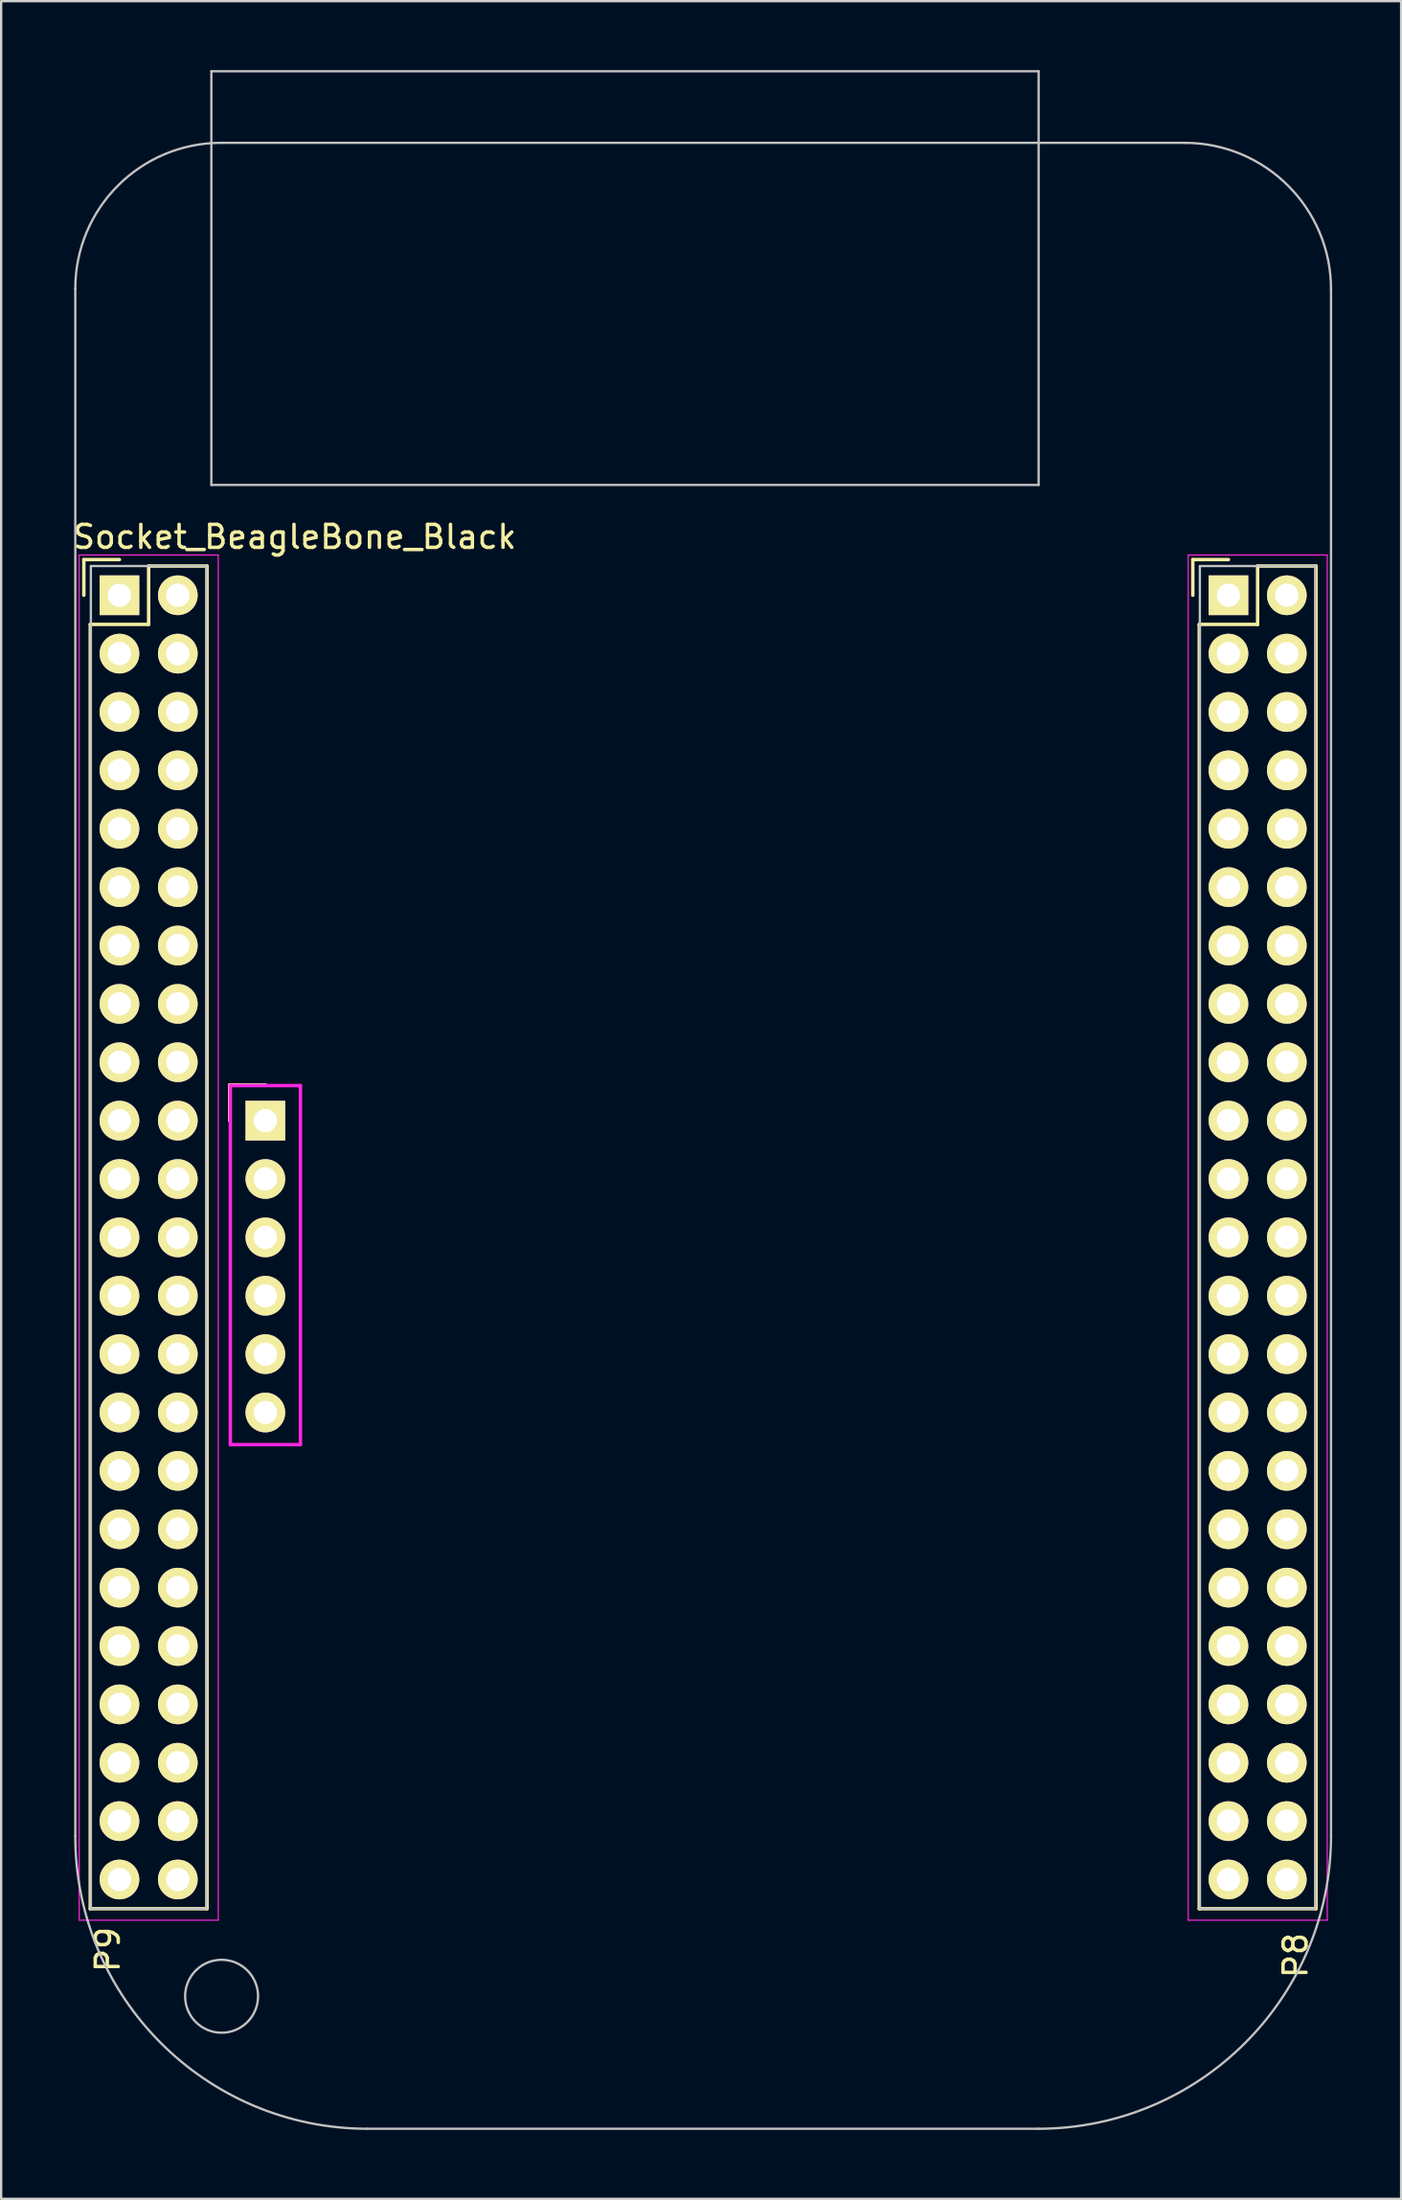
<source format=kicad_pcb>
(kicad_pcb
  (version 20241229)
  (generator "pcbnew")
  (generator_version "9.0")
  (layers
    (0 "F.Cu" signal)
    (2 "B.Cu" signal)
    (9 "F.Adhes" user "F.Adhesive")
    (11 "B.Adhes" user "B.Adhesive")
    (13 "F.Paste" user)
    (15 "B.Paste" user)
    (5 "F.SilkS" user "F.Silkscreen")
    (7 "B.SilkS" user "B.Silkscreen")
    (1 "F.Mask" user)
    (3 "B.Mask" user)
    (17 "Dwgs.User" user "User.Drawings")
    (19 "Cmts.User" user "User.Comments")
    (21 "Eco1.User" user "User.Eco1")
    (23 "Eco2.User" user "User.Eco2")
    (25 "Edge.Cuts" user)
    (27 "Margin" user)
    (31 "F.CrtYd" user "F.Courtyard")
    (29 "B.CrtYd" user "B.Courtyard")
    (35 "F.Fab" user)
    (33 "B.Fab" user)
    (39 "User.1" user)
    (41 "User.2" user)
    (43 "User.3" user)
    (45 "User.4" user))
  (footprint "Socket_BeagleBone_Black"
    (layer "F.Cu")
    (at 2.148 22.85)
    (property "Reference" "Socket_BeagleBone_Black" (at 7.62 -2.54 0) (layer "F.SilkS") (effects (font (size 1 1) (thickness 0.15))))
    (attr through_hole)
    (fp_line (start -1.55 -1.55) (end -1.55 0) (stroke (width 0.15) (type solid)) (layer "F.SilkS"))
    (fp_line (start -1.27 57.15) (end -1.27 1.27) (stroke (width 0.15) (type solid)) (layer "F.SilkS"))
    (fp_line (start 0 -1.55) (end -1.55 -1.55) (stroke (width 0.15) (type solid)) (layer "F.SilkS"))
    (fp_line (start 1.27 -1.27) (end 1.27 1.27) (stroke (width 0.15) (type solid)) (layer "F.SilkS"))
    (fp_line (start 1.27 1.27) (end -1.27 1.27) (stroke (width 0.15) (type solid)) (layer "F.SilkS"))
    (fp_line (start 3.81 -1.27) (end 1.27 -1.27) (stroke (width 0.15) (type solid)) (layer "F.SilkS"))
    (fp_line (start 3.81 57.15) (end -1.27 57.15) (stroke (width 0.15) (type solid)) (layer "F.SilkS"))
    (fp_line (start 3.81 57.15) (end 3.81 -1.27) (stroke (width 0.15) (type solid)) (layer "F.SilkS"))
    (fp_line (start 4.8 21.31) (end 4.8 22.86) (stroke (width 0.15) (type solid)) (layer "F.SilkS"))
    (fp_line (start 6.35 21.31) (end 4.8 21.31) (stroke (width 0.15) (type solid)) (layer "F.SilkS"))
    (fp_line (start 46.71 -1.55) (end 46.71 0) (stroke (width 0.15) (type solid)) (layer "F.SilkS"))
    (fp_line (start 46.99 57.15) (end 46.99 1.27) (stroke (width 0.15) (type solid)) (layer "F.SilkS"))
    (fp_line (start 48.26 -1.55) (end 46.71 -1.55) (stroke (width 0.15) (type solid)) (layer "F.SilkS"))
    (fp_line (start 49.53 -1.27) (end 49.53 1.27) (stroke (width 0.15) (type solid)) (layer "F.SilkS"))
    (fp_line (start 49.53 1.27) (end 46.99 1.27) (stroke (width 0.15) (type solid)) (layer "F.SilkS"))
    (fp_line (start 52.07 -1.27) (end 49.53 -1.27) (stroke (width 0.15) (type solid)) (layer "F.SilkS"))
    (fp_line (start 52.07 57.15) (end 46.99 57.15) (stroke (width 0.15) (type solid)) (layer "F.SilkS"))
    (fp_line (start 52.07 57.15) (end 52.07 -1.27) (stroke (width 0.15) (type solid)) (layer "F.SilkS"))
    (fp_line (start -1.921 53.975) (end -1.921 -13.34) (stroke (width 0.1) (type solid)) (layer "Dwgs.User"))
    (fp_line (start -1.244 -1.27) (end -1.244 57.15) (stroke (width 0.1) (type solid)) (layer "Dwgs.User"))
    (fp_line (start 3.785 -1.27) (end -1.244 -1.27) (stroke (width 0.1) (type solid)) (layer "Dwgs.User"))
    (fp_line (start 3.785 -1.27) (end 3.785 57.15) (stroke (width 0.1) (type solid)) (layer "Dwgs.User"))
    (fp_line (start 3.785 57.15) (end -1.244 57.15) (stroke (width 0.1) (type solid)) (layer "Dwgs.User"))
    (fp_line (start 4 -22.8) (end 40 -22.8) (stroke (width 0.1) (type solid)) (layer "Dwgs.User"))
    (fp_line (start 4 -4.8) (end 4 -22.8) (stroke (width 0.1) (type solid)) (layer "Dwgs.User"))
    (fp_line (start 4 -4.8) (end 40 -4.8) (stroke (width 0.1) (type solid)) (layer "Dwgs.User"))
    (fp_line (start 4.424 -19.685) (end 46.352 -19.685) (stroke (width 0.1) (type solid)) (layer "Dwgs.User"))
    (fp_line (start 39.999 66.726) (end 10.789 66.726) (stroke (width 0.1) (type solid)) (layer "Dwgs.User"))
    (fp_line (start 40 -4.8) (end 40 -22.8) (stroke (width 0.1) (type solid)) (layer "Dwgs.User"))
    (fp_line (start 47.016 -1.27) (end 47.016 57.15) (stroke (width 0.1) (type solid)) (layer "Dwgs.User"))
    (fp_line (start 52.045 -1.27) (end 47.016 -1.27) (stroke (width 0.1) (type solid)) (layer "Dwgs.User"))
    (fp_line (start 52.045 -1.27) (end 52.045 57.15) (stroke (width 0.1) (type solid)) (layer "Dwgs.User"))
    (fp_line (start 52.045 57.15) (end 47.016 57.15) (stroke (width 0.1) (type solid)) (layer "Dwgs.User"))
    (fp_line (start 52.724 -13.312) (end 52.724 54.001) (stroke (width 0.1) (type solid)) (layer "Dwgs.User"))
    (fp_arc (start -1.921166 -13.339842) (mid -0.062727 -17.82651) (end 4.423941 -19.684949) (stroke (width 0.1) (type solid)) (layer "Dwgs.User"))
    (fp_arc (start 10.789048 66.72567) (mid 1.791378 62.984205) (end -1.921166 53.974563) (stroke (width 0.1) (type solid)) (layer "Dwgs.User"))
    (fp_arc (start 46.351528 -19.68495) (mid 50.857726 -17.818422) (end 52.724254 -13.312224) (stroke (width 0.1) (type solid)) (layer "Dwgs.User"))
    (fp_arc (start 52.724254 54.001254) (mid 48.988144 62.990117) (end 39.999049 66.725671) (stroke (width 0.1) (type solid)) (layer "Dwgs.User"))
    (fp_circle (center 4.445 60.96) (end 4.445 62.547) (stroke (width 0.1) (type solid)) (fill no) (layer "Dwgs.User"))
    (fp_line (start -1.75 -1.75) (end -1.75 57.65) (stroke (width 0.05) (type solid)) (layer "F.CrtYd"))
    (fp_line (start -1.75 -1.75) (end 4.3 -1.75) (stroke (width 0.05) (type solid)) (layer "F.CrtYd"))
    (fp_line (start -1.75 57.65) (end 4.3 57.65) (stroke (width 0.05) (type solid)) (layer "F.CrtYd"))
    (fp_line (start 4.3 -1.75) (end 4.3 57.65) (stroke (width 0.05) (type solid)) (layer "F.CrtYd"))
    (fp_line (start 4.826 21.336) (end 4.826 36.957) (stroke (width 0.15) (type solid)) (layer "F.CrtYd"))
    (fp_line (start 4.826 21.336) (end 7.874 21.336) (stroke (width 0.15) (type solid)) (layer "F.CrtYd"))
    (fp_line (start 4.826 36.957) (end 7.874 36.957) (stroke (width 0.15) (type solid)) (layer "F.CrtYd"))
    (fp_line (start 7.874 21.336) (end 7.874 36.957) (stroke (width 0.15) (type solid)) (layer "F.CrtYd"))
    (fp_line (start 46.51 -1.75) (end 46.51 57.65) (stroke (width 0.05) (type solid)) (layer "F.CrtYd"))
    (fp_line (start 46.51 -1.75) (end 52.56 -1.75) (stroke (width 0.05) (type solid)) (layer "F.CrtYd"))
    (fp_line (start 46.51 57.65) (end 52.56 57.65) (stroke (width 0.05) (type solid)) (layer "F.CrtYd"))
    (fp_line (start 52.56 -1.75) (end 52.56 57.65) (stroke (width 0.05) (type solid)) (layer "F.CrtYd"))
    (fp_text user "P9" (at -0.508 58.928 90) (layer "F.SilkS") (effects (font (size 1 1) (thickness 0.15))))
    (fp_text user "P8" (at 51.181 59.182 90) (layer "F.SilkS") (effects (font (size 1 1) (thickness 0.15))))
    (pad "8.1" thru_hole rect (at 48.26 0) (size 1.727 1.727) (drill 1.016) (layers "*.Cu" "*.Mask" "F.SilkS"))
    (pad "8.2" thru_hole oval (at 50.8 0) (size 1.727 1.727) (drill 1.016) (layers "*.Cu" "*.Mask" "F.SilkS"))
    (pad "8.3" thru_hole oval (at 48.26 2.54) (size 1.727 1.727) (drill 1.016) (layers "*.Cu" "*.Mask" "F.SilkS"))
    (pad "8.4" thru_hole oval (at 50.8 2.54) (size 1.727 1.727) (drill 1.016) (layers "*.Cu" "*.Mask" "F.SilkS"))
    (pad "8.5" thru_hole oval (at 48.26 5.08) (size 1.727 1.727) (drill 1.016) (layers "*.Cu" "*.Mask" "F.SilkS"))
    (pad "8.6" thru_hole oval (at 50.8 5.08) (size 1.727 1.727) (drill 1.016) (layers "*.Cu" "*.Mask" "F.SilkS"))
    (pad "8.7" thru_hole oval (at 48.26 7.62) (size 1.727 1.727) (drill 1.016) (layers "*.Cu" "*.Mask" "F.SilkS"))
    (pad "8.8" thru_hole oval (at 50.8 7.62) (size 1.727 1.727) (drill 1.016) (layers "*.Cu" "*.Mask" "F.SilkS"))
    (pad "8.9" thru_hole oval (at 48.26 10.16) (size 1.727 1.727) (drill 1.016) (layers "*.Cu" "*.Mask" "F.SilkS"))
    (pad "8.10" thru_hole oval (at 50.8 10.16) (size 1.727 1.727) (drill 1.016) (layers "*.Cu" "*.Mask" "F.SilkS"))
    (pad "8.11" thru_hole oval (at 48.26 12.7) (size 1.727 1.727) (drill 1.016) (layers "*.Cu" "*.Mask" "F.SilkS"))
    (pad "8.12" thru_hole oval (at 50.8 12.7) (size 1.727 1.727) (drill 1.016) (layers "*.Cu" "*.Mask" "F.SilkS"))
    (pad "8.13" thru_hole oval (at 48.26 15.24) (size 1.727 1.727) (drill 1.016) (layers "*.Cu" "*.Mask" "F.SilkS"))
    (pad "8.14" thru_hole oval (at 50.8 15.24) (size 1.727 1.727) (drill 1.016) (layers "*.Cu" "*.Mask" "F.SilkS"))
    (pad "8.15" thru_hole oval (at 48.26 17.78) (size 1.727 1.727) (drill 1.016) (layers "*.Cu" "*.Mask" "F.SilkS"))
    (pad "8.16" thru_hole oval (at 50.8 17.78) (size 1.727 1.727) (drill 1.016) (layers "*.Cu" "*.Mask" "F.SilkS"))
    (pad "8.17" thru_hole oval (at 48.26 20.32) (size 1.727 1.727) (drill 1.016) (layers "*.Cu" "*.Mask" "F.SilkS"))
    (pad "8.18" thru_hole oval (at 50.8 20.32) (size 1.727 1.727) (drill 1.016) (layers "*.Cu" "*.Mask" "F.SilkS"))
    (pad "8.19" thru_hole oval (at 48.26 22.86) (size 1.727 1.727) (drill 1.016) (layers "*.Cu" "*.Mask" "F.SilkS"))
    (pad "8.20" thru_hole oval (at 50.8 22.86) (size 1.727 1.727) (drill 1.016) (layers "*.Cu" "*.Mask" "F.SilkS"))
    (pad "8.21" thru_hole oval (at 48.26 25.4) (size 1.727 1.727) (drill 1.016) (layers "*.Cu" "*.Mask" "F.SilkS"))
    (pad "8.22" thru_hole oval (at 50.8 25.4) (size 1.727 1.727) (drill 1.016) (layers "*.Cu" "*.Mask" "F.SilkS"))
    (pad "8.23" thru_hole oval (at 48.26 27.94) (size 1.727 1.727) (drill 1.016) (layers "*.Cu" "*.Mask" "F.SilkS"))
    (pad "8.24" thru_hole oval (at 50.8 27.94) (size 1.727 1.727) (drill 1.016) (layers "*.Cu" "*.Mask" "F.SilkS"))
    (pad "8.25" thru_hole oval (at 48.26 30.48) (size 1.727 1.727) (drill 1.016) (layers "*.Cu" "*.Mask" "F.SilkS"))
    (pad "8.26" thru_hole oval (at 50.8 30.48) (size 1.727 1.727) (drill 1.016) (layers "*.Cu" "*.Mask" "F.SilkS"))
    (pad "8.27" thru_hole oval (at 48.26 33.02) (size 1.727 1.727) (drill 1.016) (layers "*.Cu" "*.Mask" "F.SilkS"))
    (pad "8.28" thru_hole oval (at 50.8 33.02) (size 1.727 1.727) (drill 1.016) (layers "*.Cu" "*.Mask" "F.SilkS"))
    (pad "8.29" thru_hole oval (at 48.26 35.56) (size 1.727 1.727) (drill 1.016) (layers "*.Cu" "*.Mask" "F.SilkS"))
    (pad "8.30" thru_hole oval (at 50.8 35.56) (size 1.727 1.727) (drill 1.016) (layers "*.Cu" "*.Mask" "F.SilkS"))
    (pad "8.31" thru_hole oval (at 48.26 38.1) (size 1.727 1.727) (drill 1.016) (layers "*.Cu" "*.Mask" "F.SilkS"))
    (pad "8.32" thru_hole oval (at 50.8 38.1) (size 1.727 1.727) (drill 1.016) (layers "*.Cu" "*.Mask" "F.SilkS"))
    (pad "8.33" thru_hole oval (at 48.26 40.64) (size 1.727 1.727) (drill 1.016) (layers "*.Cu" "*.Mask" "F.SilkS"))
    (pad "8.34" thru_hole oval (at 50.8 40.64) (size 1.727 1.727) (drill 1.016) (layers "*.Cu" "*.Mask" "F.SilkS"))
    (pad "8.35" thru_hole oval (at 48.26 43.18) (size 1.727 1.727) (drill 1.016) (layers "*.Cu" "*.Mask" "F.SilkS"))
    (pad "8.36" thru_hole oval (at 50.8 43.18) (size 1.727 1.727) (drill 1.016) (layers "*.Cu" "*.Mask" "F.SilkS"))
    (pad "8.37" thru_hole oval (at 48.26 45.72) (size 1.727 1.727) (drill 1.016) (layers "*.Cu" "*.Mask" "F.SilkS"))
    (pad "8.38" thru_hole oval (at 50.8 45.72) (size 1.727 1.727) (drill 1.016) (layers "*.Cu" "*.Mask" "F.SilkS"))
    (pad "8.39" thru_hole oval (at 48.26 48.26) (size 1.727 1.727) (drill 1.016) (layers "*.Cu" "*.Mask" "F.SilkS"))
    (pad "8.40" thru_hole oval (at 50.8 48.26) (size 1.727 1.727) (drill 1.016) (layers "*.Cu" "*.Mask" "F.SilkS"))
    (pad "8.41" thru_hole oval (at 48.26 50.8) (size 1.727 1.727) (drill 1.016) (layers "*.Cu" "*.Mask" "F.SilkS"))
    (pad "8.42" thru_hole oval (at 50.8 50.8) (size 1.727 1.727) (drill 1.016) (layers "*.Cu" "*.Mask" "F.SilkS"))
    (pad "8.43" thru_hole oval (at 48.26 53.34) (size 1.727 1.727) (drill 1.016) (layers "*.Cu" "*.Mask" "F.SilkS"))
    (pad "8.44" thru_hole oval (at 50.8 53.34) (size 1.727 1.727) (drill 1.016) (layers "*.Cu" "*.Mask" "F.SilkS"))
    (pad "8.45" thru_hole oval (at 48.26 55.88) (size 1.727 1.727) (drill 1.016) (layers "*.Cu" "*.Mask" "F.SilkS"))
    (pad "8.46" thru_hole oval (at 50.8 55.88) (size 1.727 1.727) (drill 1.016) (layers "*.Cu" "*.Mask" "F.SilkS"))
    (pad "9.1" thru_hole rect (at 0 0) (size 1.727 1.727) (drill 1.016) (layers "*.Cu" "*.Mask" "F.SilkS"))
    (pad "9.2" thru_hole oval (at 2.54 0) (size 1.727 1.727) (drill 1.016) (layers "*.Cu" "*.Mask" "F.SilkS"))
    (pad "9.3" thru_hole oval (at 0 2.54) (size 1.727 1.727) (drill 1.016) (layers "*.Cu" "*.Mask" "F.SilkS"))
    (pad "9.4" thru_hole oval (at 2.54 2.54) (size 1.727 1.727) (drill 1.016) (layers "*.Cu" "*.Mask" "F.SilkS"))
    (pad "9.5" thru_hole oval (at 0 5.08) (size 1.727 1.727) (drill 1.016) (layers "*.Cu" "*.Mask" "F.SilkS"))
    (pad "9.6" thru_hole oval (at 2.54 5.08) (size 1.727 1.727) (drill 1.016) (layers "*.Cu" "*.Mask" "F.SilkS"))
    (pad "9.7" thru_hole oval (at 0 7.62) (size 1.727 1.727) (drill 1.016) (layers "*.Cu" "*.Mask" "F.SilkS"))
    (pad "9.8" thru_hole oval (at 2.54 7.62) (size 1.727 1.727) (drill 1.016) (layers "*.Cu" "*.Mask" "F.SilkS"))
    (pad "9.9" thru_hole oval (at 0 10.16) (size 1.727 1.727) (drill 1.016) (layers "*.Cu" "*.Mask" "F.SilkS"))
    (pad "9.10" thru_hole oval (at 2.54 10.16) (size 1.727 1.727) (drill 1.016) (layers "*.Cu" "*.Mask" "F.SilkS"))
    (pad "9.11" thru_hole oval (at 0 12.7) (size 1.727 1.727) (drill 1.016) (layers "*.Cu" "*.Mask" "F.SilkS"))
    (pad "9.12" thru_hole oval (at 2.54 12.7) (size 1.727 1.727) (drill 1.016) (layers "*.Cu" "*.Mask" "F.SilkS"))
    (pad "9.13" thru_hole oval (at 0 15.24) (size 1.727 1.727) (drill 1.016) (layers "*.Cu" "*.Mask" "F.SilkS"))
    (pad "9.14" thru_hole oval (at 2.54 15.24) (size 1.727 1.727) (drill 1.016) (layers "*.Cu" "*.Mask" "F.SilkS"))
    (pad "9.15" thru_hole oval (at 0 17.78) (size 1.727 1.727) (drill 1.016) (layers "*.Cu" "*.Mask" "F.SilkS"))
    (pad "9.16" thru_hole oval (at 2.54 17.78) (size 1.727 1.727) (drill 1.016) (layers "*.Cu" "*.Mask" "F.SilkS"))
    (pad "9.17" thru_hole oval (at 0 20.32) (size 1.727 1.727) (drill 1.016) (layers "*.Cu" "*.Mask" "F.SilkS"))
    (pad "9.18" thru_hole oval (at 2.54 20.32) (size 1.727 1.727) (drill 1.016) (layers "*.Cu" "*.Mask" "F.SilkS"))
    (pad "9.19" thru_hole oval (at 0 22.86) (size 1.727 1.727) (drill 1.016) (layers "*.Cu" "*.Mask" "F.SilkS"))
    (pad "9.20" thru_hole oval (at 2.54 22.86) (size 1.727 1.727) (drill 1.016) (layers "*.Cu" "*.Mask" "F.SilkS"))
    (pad "9.21" thru_hole oval (at 0 25.4) (size 1.727 1.727) (drill 1.016) (layers "*.Cu" "*.Mask" "F.SilkS"))
    (pad "9.22" thru_hole oval (at 2.54 25.4) (size 1.727 1.727) (drill 1.016) (layers "*.Cu" "*.Mask" "F.SilkS"))
    (pad "9.23" thru_hole oval (at 0 27.94) (size 1.727 1.727) (drill 1.016) (layers "*.Cu" "*.Mask" "F.SilkS"))
    (pad "9.24" thru_hole oval (at 2.54 27.94) (size 1.727 1.727) (drill 1.016) (layers "*.Cu" "*.Mask" "F.SilkS"))
    (pad "9.25" thru_hole oval (at 0 30.48) (size 1.727 1.727) (drill 1.016) (layers "*.Cu" "*.Mask" "F.SilkS"))
    (pad "9.26" thru_hole oval (at 2.54 30.48) (size 1.727 1.727) (drill 1.016) (layers "*.Cu" "*.Mask" "F.SilkS"))
    (pad "9.27" thru_hole oval (at 0 33.02) (size 1.727 1.727) (drill 1.016) (layers "*.Cu" "*.Mask" "F.SilkS"))
    (pad "9.28" thru_hole oval (at 2.54 33.02) (size 1.727 1.727) (drill 1.016) (layers "*.Cu" "*.Mask" "F.SilkS"))
    (pad "9.29" thru_hole oval (at 0 35.56) (size 1.727 1.727) (drill 1.016) (layers "*.Cu" "*.Mask" "F.SilkS"))
    (pad "9.30" thru_hole oval (at 2.54 35.56) (size 1.727 1.727) (drill 1.016) (layers "*.Cu" "*.Mask" "F.SilkS"))
    (pad "9.31" thru_hole oval (at 0 38.1) (size 1.727 1.727) (drill 1.016) (layers "*.Cu" "*.Mask" "F.SilkS"))
    (pad "9.32" thru_hole oval (at 2.54 38.1) (size 1.727 1.727) (drill 1.016) (layers "*.Cu" "*.Mask" "F.SilkS"))
    (pad "9.33" thru_hole oval (at 0 40.64) (size 1.727 1.727) (drill 1.016) (layers "*.Cu" "*.Mask" "F.SilkS"))
    (pad "9.34" thru_hole oval (at 2.54 40.64) (size 1.727 1.727) (drill 1.016) (layers "*.Cu" "*.Mask" "F.SilkS"))
    (pad "9.35" thru_hole oval (at 0 43.18) (size 1.727 1.727) (drill 1.016) (layers "*.Cu" "*.Mask" "F.SilkS"))
    (pad "9.36" thru_hole oval (at 2.54 43.18) (size 1.727 1.727) (drill 1.016) (layers "*.Cu" "*.Mask" "F.SilkS"))
    (pad "9.37" thru_hole oval (at 0 45.72) (size 1.727 1.727) (drill 1.016) (layers "*.Cu" "*.Mask" "F.SilkS"))
    (pad "9.38" thru_hole oval (at 2.54 45.72) (size 1.727 1.727) (drill 1.016) (layers "*.Cu" "*.Mask" "F.SilkS"))
    (pad "9.39" thru_hole oval (at 0 48.26) (size 1.727 1.727) (drill 1.016) (layers "*.Cu" "*.Mask" "F.SilkS"))
    (pad "9.40" thru_hole oval (at 2.54 48.26) (size 1.727 1.727) (drill 1.016) (layers "*.Cu" "*.Mask" "F.SilkS"))
    (pad "9.41" thru_hole oval (at 0 50.8) (size 1.727 1.727) (drill 1.016) (layers "*.Cu" "*.Mask" "F.SilkS"))
    (pad "9.42" thru_hole oval (at 2.54 50.8) (size 1.727 1.727) (drill 1.016) (layers "*.Cu" "*.Mask" "F.SilkS"))
    (pad "9.43" thru_hole oval (at 0 53.34) (size 1.727 1.727) (drill 1.016) (layers "*.Cu" "*.Mask" "F.SilkS"))
    (pad "9.44" thru_hole oval (at 2.54 53.34) (size 1.727 1.727) (drill 1.016) (layers "*.Cu" "*.Mask" "F.SilkS"))
    (pad "9.45" thru_hole oval (at 0 55.88) (size 1.727 1.727) (drill 1.016) (layers "*.Cu" "*.Mask" "F.SilkS"))
    (pad "9.46" thru_hole oval (at 2.54 55.88) (size 1.727 1.727) (drill 1.016) (layers "*.Cu" "*.Mask" "F.SilkS"))
    (pad "D.1" thru_hole rect (at 6.35 22.86) (size 1.727 1.727) (drill 1.016) (layers "*.Cu" "*.Mask" "F.SilkS"))
    (pad "D.2" thru_hole oval (at 6.35 25.4) (size 1.727 1.727) (drill 1.016) (layers "*.Cu" "*.Mask" "F.SilkS"))
    (pad "D.3" thru_hole oval (at 6.35 27.94) (size 1.727 1.727) (drill 1.016) (layers "*.Cu" "*.Mask" "F.SilkS"))
    (pad "D.4" thru_hole oval (at 6.35 30.48) (size 1.727 1.727) (drill 1.016) (layers "*.Cu" "*.Mask" "F.SilkS"))
    (pad "D.5" thru_hole oval (at 6.35 33.02) (size 1.727 1.727) (drill 1.016) (layers "*.Cu" "*.Mask" "F.SilkS"))
    (pad "D.6" thru_hole oval (at 6.35 35.56) (size 1.727 1.727) (drill 1.016) (layers "*.Cu" "*.Mask" "F.SilkS")))
  (gr_rect
    (start -3 -3)
    (end 57.922 92.626)
    (stroke (width 0.1) (type default))
    (fill no)
    (layer "Edge.Cuts")))
</source>
